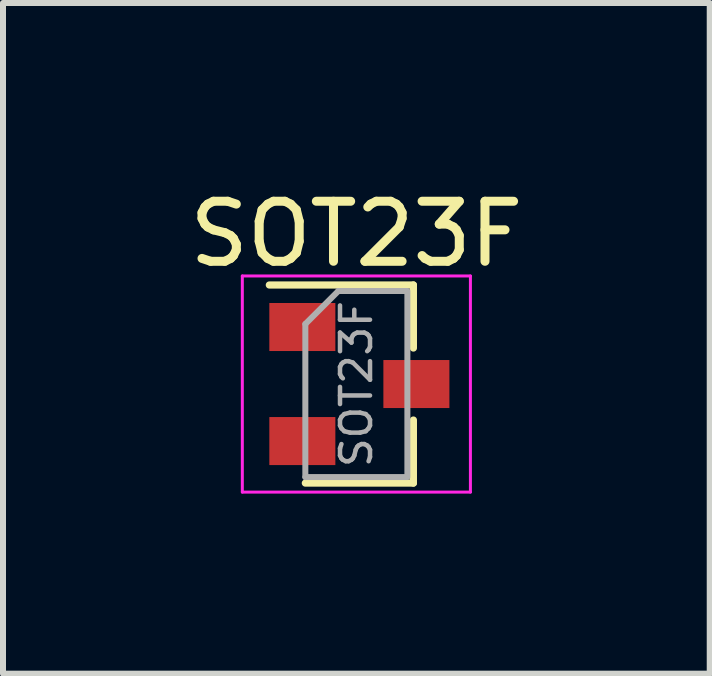
<source format=kicad_pcb>
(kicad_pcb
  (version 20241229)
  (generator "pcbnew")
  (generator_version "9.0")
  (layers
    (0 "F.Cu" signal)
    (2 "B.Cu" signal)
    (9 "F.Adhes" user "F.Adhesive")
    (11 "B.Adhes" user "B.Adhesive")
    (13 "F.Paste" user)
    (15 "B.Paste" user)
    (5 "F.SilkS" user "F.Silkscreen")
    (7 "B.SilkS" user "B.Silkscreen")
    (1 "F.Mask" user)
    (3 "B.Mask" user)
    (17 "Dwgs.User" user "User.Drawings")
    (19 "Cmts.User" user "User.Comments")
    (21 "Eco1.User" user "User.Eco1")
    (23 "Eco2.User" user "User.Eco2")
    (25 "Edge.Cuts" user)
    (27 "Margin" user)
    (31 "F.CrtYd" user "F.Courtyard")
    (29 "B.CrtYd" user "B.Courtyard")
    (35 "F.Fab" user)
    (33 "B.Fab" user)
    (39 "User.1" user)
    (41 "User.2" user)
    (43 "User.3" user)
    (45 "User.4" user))
  (footprint "SOT23F"
    (layer "F.Cu")
    (at 2.887 3.348)
    (property "Reference" "SOT23F" (at 0 -2.5 0) (layer "F.SilkS") (effects (font (size 1 1) (thickness 0.15))))
    (attr smd)
    (fp_line (start -1.45 -1.65) (end 0.95 -1.65) (stroke (width 0.12) (type solid)) (layer "F.SilkS"))
    (fp_line (start -0.85 1.65) (end 0.95 1.65) (stroke (width 0.12) (type solid)) (layer "F.SilkS"))
    (fp_line (start 0.95 -1.65) (end 0.95 -0.6) (stroke (width 0.12) (type solid)) (layer "F.SilkS"))
    (fp_line (start 0.95 1.65) (end 0.95 0.6) (stroke (width 0.12) (type solid)) (layer "F.SilkS"))
    (fp_line (start -1.9 -1.8) (end -1.9 1.8) (stroke (width 0.05) (type solid)) (layer "F.CrtYd"))
    (fp_line (start -1.9 -1.8) (end 1.9 -1.8) (stroke (width 0.05) (type solid)) (layer "F.CrtYd"))
    (fp_line (start 1.9 1.8) (end -1.9 1.8) (stroke (width 0.05) (type solid)) (layer "F.CrtYd"))
    (fp_line (start 1.9 1.8) (end 1.9 -1.8) (stroke (width 0.05) (type solid)) (layer "F.CrtYd"))
    (fp_line (start -0.85 1.55) (end -0.85 -1) (stroke (width 0.1) (type solid)) (layer "F.Fab"))
    (fp_line (start -0.85 1.55) (end 0.85 1.55) (stroke (width 0.1) (type solid)) (layer "F.Fab"))
    (fp_line (start -0.3 -1.55) (end -0.85 -1) (stroke (width 0.1) (type solid)) (layer "F.Fab"))
    (fp_line (start -0.3 -1.55) (end 0.85 -1.55) (stroke (width 0.1) (type solid)) (layer "F.Fab"))
    (fp_line (start 0.85 -1.52) (end 0.85 1.52) (stroke (width 0.1) (type solid)) (layer "F.Fab"))
    (fp_text user "${REFERENCE}" (at 0 0 90) (layer "F.Fab") (effects (font (size 0.5 0.5) (thickness 0.075))))
    (pad "1" smd rect (at -0.9 -0.95) (size 1.1 0.8) (layers "F.Cu" "F.Mask" "F.Paste"))
    (pad "2" smd rect (at -0.9 0.95) (size 1.1 0.8) (layers "F.Cu" "F.Mask" "F.Paste"))
    (pad "3" smd rect (at 1 0) (size 1.1 0.8) (layers "F.Cu" "F.Mask" "F.Paste")))
  (gr_rect
    (start -3 -3)
    (end 8.774 8.173)
    (stroke (width 0.1) (type default))
    (fill no)
    (layer "Edge.Cuts")))
</source>
